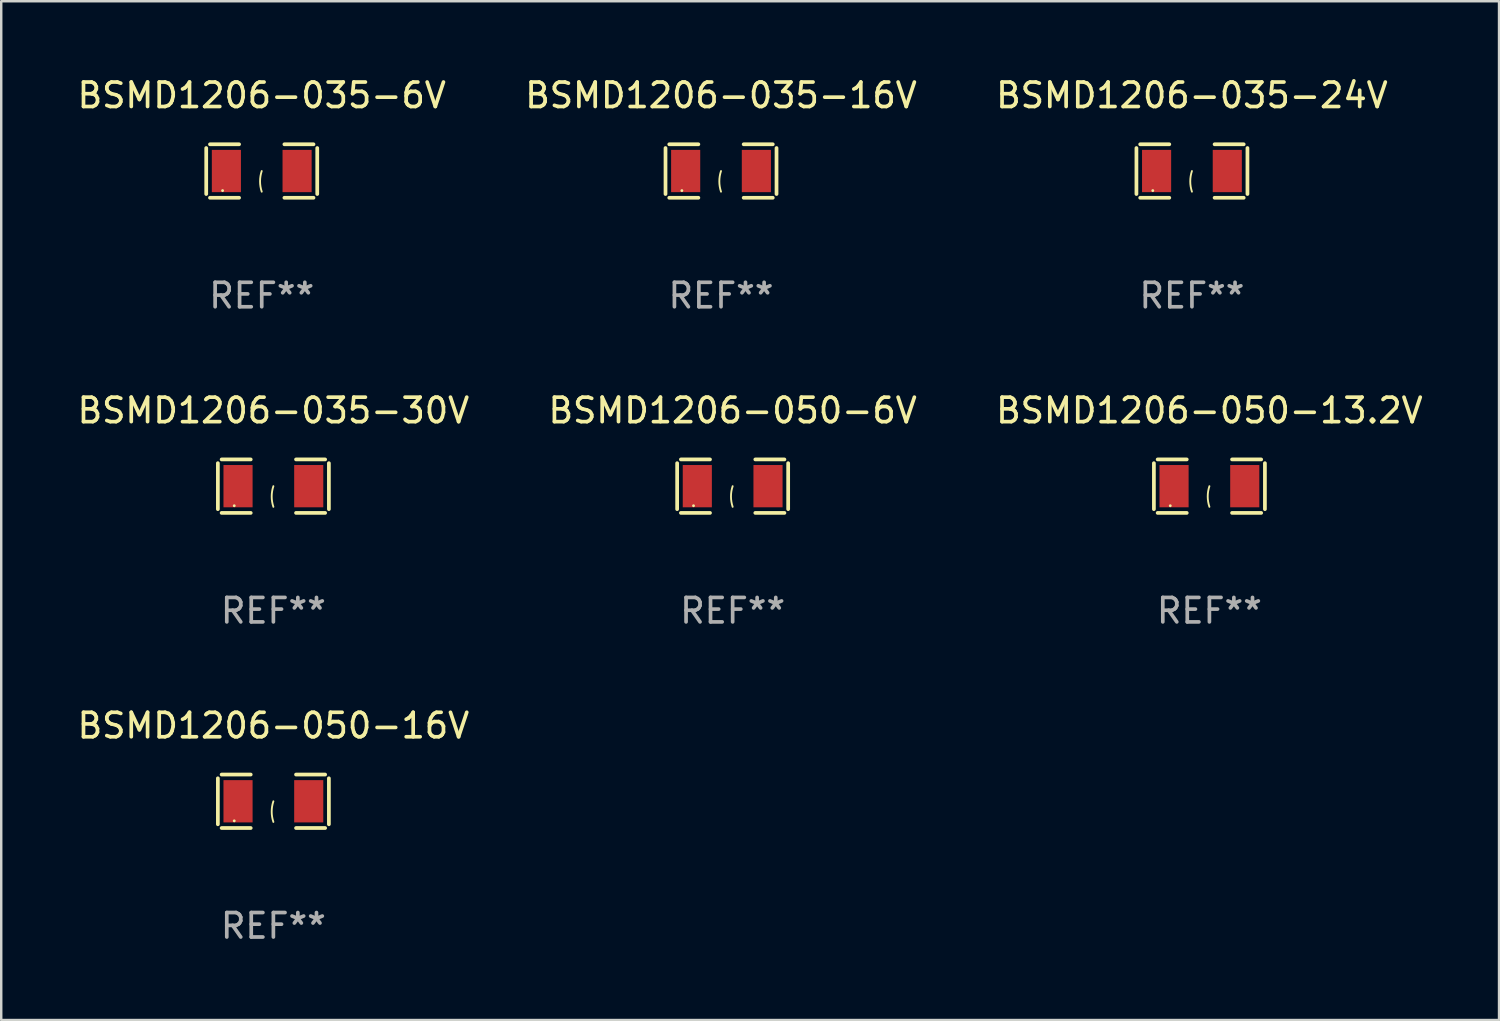
<source format=kicad_pcb>
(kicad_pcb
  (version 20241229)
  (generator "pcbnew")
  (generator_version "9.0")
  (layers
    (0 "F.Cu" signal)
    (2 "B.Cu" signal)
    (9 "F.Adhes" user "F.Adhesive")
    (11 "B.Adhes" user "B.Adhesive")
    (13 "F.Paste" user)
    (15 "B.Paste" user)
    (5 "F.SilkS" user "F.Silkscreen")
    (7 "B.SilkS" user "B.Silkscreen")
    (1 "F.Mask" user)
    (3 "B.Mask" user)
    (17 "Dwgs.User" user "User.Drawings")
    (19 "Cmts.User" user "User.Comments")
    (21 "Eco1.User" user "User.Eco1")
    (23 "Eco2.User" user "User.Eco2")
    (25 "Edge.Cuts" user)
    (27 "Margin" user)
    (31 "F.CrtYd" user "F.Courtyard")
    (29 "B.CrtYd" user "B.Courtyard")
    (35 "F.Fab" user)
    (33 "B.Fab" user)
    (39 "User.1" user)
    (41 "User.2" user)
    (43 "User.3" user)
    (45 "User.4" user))
  (footprint "BSMD1206-050-13.2V"
    (layer "F.Cu")
    (at 46.387 16.823)
    (property "Reference" "BSMD1206-050-13.2V" (at 0 -3.093 0) (layer "F.SilkS") (effects (font (size 1 1) (thickness 0.15))))
    (attr through_hole)
    (fp_line (start -2.269 -0.94) (end -2.269 0.94) (stroke (width 0.152) (type solid)) (layer "F.SilkS"))
    (fp_line (start -2.116 1.093) (end -0.926 1.093) (stroke (width 0.152) (type solid)) (layer "F.SilkS"))
    (fp_line (start -0.926 -1.093) (end -2.116 -1.093) (stroke (width 0.152) (type solid)) (layer "F.SilkS"))
    (fp_line (start 0.926 -1.093) (end 2.116 -1.093) (stroke (width 0.152) (type solid)) (layer "F.SilkS"))
    (fp_line (start 2.116 1.093) (end 0.926 1.093) (stroke (width 0.152) (type solid)) (layer "F.SilkS"))
    (fp_line (start 2.269 -0.94) (end 2.269 0.94) (stroke (width 0.152) (type solid)) (layer "F.SilkS"))
    (fp_arc (start 0 0.844951) (mid -0.068559 0.422475) (end 0 0) (stroke (width 0.0762) (type solid)) (layer "F.SilkS"))
    (fp_circle (center -1.6 0.8) (end -1.57 0.8) (stroke (width 0.06) (type solid)) (fill no) (layer "F.SilkS"))
    (fp_text user "REF**" (at 0 5.093 0) (layer "F.Fab") (effects (font (size 1 1) (thickness 0.15))))
    (pad "1" smd rect (at -1.445 0) (size 1.19 1.728) (layers "F.Cu" "F.Mask" "F.Paste"))
    (pad "2" smd rect (at 1.445 0) (size 1.19 1.728) (layers "F.Cu" "F.Mask" "F.Paste")))
  (footprint "BSMD1206-035-16V"
    (layer "F.Cu")
    (at 26.423 3.941)
    (property "Reference" "BSMD1206-035-16V" (at 0 -3.093 0) (layer "F.SilkS") (effects (font (size 1 1) (thickness 0.15))))
    (attr through_hole)
    (fp_line (start -2.269 -0.94) (end -2.269 0.94) (stroke (width 0.152) (type solid)) (layer "F.SilkS"))
    (fp_line (start -2.116 1.093) (end -0.926 1.093) (stroke (width 0.152) (type solid)) (layer "F.SilkS"))
    (fp_line (start -0.926 -1.093) (end -2.116 -1.093) (stroke (width 0.152) (type solid)) (layer "F.SilkS"))
    (fp_line (start 0.926 -1.093) (end 2.116 -1.093) (stroke (width 0.152) (type solid)) (layer "F.SilkS"))
    (fp_line (start 2.116 1.093) (end 0.926 1.093) (stroke (width 0.152) (type solid)) (layer "F.SilkS"))
    (fp_line (start 2.269 -0.94) (end 2.269 0.94) (stroke (width 0.152) (type solid)) (layer "F.SilkS"))
    (fp_arc (start 0 0.844951) (mid -0.068559 0.422475) (end 0 0) (stroke (width 0.0762) (type solid)) (layer "F.SilkS"))
    (fp_circle (center -1.6 0.8) (end -1.57 0.8) (stroke (width 0.06) (type solid)) (fill no) (layer "F.SilkS"))
    (fp_text user "REF**" (at 0 5.093 0) (layer "F.Fab") (effects (font (size 1 1) (thickness 0.15))))
    (pad "1" smd rect (at -1.445 0) (size 1.19 1.728) (layers "F.Cu" "F.Mask" "F.Paste"))
    (pad "2" smd rect (at 1.445 0) (size 1.19 1.728) (layers "F.Cu" "F.Mask" "F.Paste")))
  (footprint "BSMD1206-050-6V"
    (layer "F.Cu")
    (at 26.899 16.823)
    (property "Reference" "BSMD1206-050-6V" (at 0 -3.093 0) (layer "F.SilkS") (effects (font (size 1 1) (thickness 0.15))))
    (attr through_hole)
    (fp_line (start -2.269 -0.94) (end -2.269 0.94) (stroke (width 0.152) (type solid)) (layer "F.SilkS"))
    (fp_line (start -2.116 1.093) (end -0.926 1.093) (stroke (width 0.152) (type solid)) (layer "F.SilkS"))
    (fp_line (start -0.926 -1.093) (end -2.116 -1.093) (stroke (width 0.152) (type solid)) (layer "F.SilkS"))
    (fp_line (start 0.926 -1.093) (end 2.116 -1.093) (stroke (width 0.152) (type solid)) (layer "F.SilkS"))
    (fp_line (start 2.116 1.093) (end 0.926 1.093) (stroke (width 0.152) (type solid)) (layer "F.SilkS"))
    (fp_line (start 2.269 -0.94) (end 2.269 0.94) (stroke (width 0.152) (type solid)) (layer "F.SilkS"))
    (fp_arc (start 0 0.844951) (mid -0.068559 0.422475) (end 0 0) (stroke (width 0.0762) (type solid)) (layer "F.SilkS"))
    (fp_circle (center -1.6 0.8) (end -1.57 0.8) (stroke (width 0.06) (type solid)) (fill no) (layer "F.SilkS"))
    (fp_text user "REF**" (at 0 5.093 0) (layer "F.Fab") (effects (font (size 1 1) (thickness 0.15))))
    (pad "1" smd rect (at -1.445 0) (size 1.19 1.728) (layers "F.Cu" "F.Mask" "F.Paste"))
    (pad "2" smd rect (at 1.445 0) (size 1.19 1.728) (layers "F.Cu" "F.Mask" "F.Paste")))
  (footprint "BSMD1206-035-6V"
    (layer "F.Cu")
    (at 7.649 3.941)
    (property "Reference" "BSMD1206-035-6V" (at 0 -3.093 0) (layer "F.SilkS") (effects (font (size 1 1) (thickness 0.15))))
    (attr through_hole)
    (fp_line (start -2.269 -0.94) (end -2.269 0.94) (stroke (width 0.152) (type solid)) (layer "F.SilkS"))
    (fp_line (start -2.116 1.093) (end -0.926 1.093) (stroke (width 0.152) (type solid)) (layer "F.SilkS"))
    (fp_line (start -0.926 -1.093) (end -2.116 -1.093) (stroke (width 0.152) (type solid)) (layer "F.SilkS"))
    (fp_line (start 0.926 -1.093) (end 2.116 -1.093) (stroke (width 0.152) (type solid)) (layer "F.SilkS"))
    (fp_line (start 2.116 1.093) (end 0.926 1.093) (stroke (width 0.152) (type solid)) (layer "F.SilkS"))
    (fp_line (start 2.269 -0.94) (end 2.269 0.94) (stroke (width 0.152) (type solid)) (layer "F.SilkS"))
    (fp_arc (start 0 0.844951) (mid -0.068559 0.422475) (end 0 0) (stroke (width 0.0762) (type solid)) (layer "F.SilkS"))
    (fp_circle (center -1.6 0.8) (end -1.57 0.8) (stroke (width 0.06) (type solid)) (fill no) (layer "F.SilkS"))
    (fp_text user "REF**" (at 0 5.093 0) (layer "F.Fab") (effects (font (size 1 1) (thickness 0.15))))
    (pad "1" smd rect (at -1.445 0) (size 1.19 1.728) (layers "F.Cu" "F.Mask" "F.Paste"))
    (pad "2" smd rect (at 1.445 0) (size 1.19 1.728) (layers "F.Cu" "F.Mask" "F.Paste")))
  (footprint "BSMD1206-050-16V"
    (layer "F.Cu")
    (at 8.125 29.704)
    (property "Reference" "BSMD1206-050-16V" (at 0 -3.093 0) (layer "F.SilkS") (effects (font (size 1 1) (thickness 0.15))))
    (attr through_hole)
    (fp_line (start -2.269 -0.94) (end -2.269 0.94) (stroke (width 0.152) (type solid)) (layer "F.SilkS"))
    (fp_line (start -2.116 1.093) (end -0.926 1.093) (stroke (width 0.152) (type solid)) (layer "F.SilkS"))
    (fp_line (start -0.926 -1.093) (end -2.116 -1.093) (stroke (width 0.152) (type solid)) (layer "F.SilkS"))
    (fp_line (start 0.926 -1.093) (end 2.116 -1.093) (stroke (width 0.152) (type solid)) (layer "F.SilkS"))
    (fp_line (start 2.116 1.093) (end 0.926 1.093) (stroke (width 0.152) (type solid)) (layer "F.SilkS"))
    (fp_line (start 2.269 -0.94) (end 2.269 0.94) (stroke (width 0.152) (type solid)) (layer "F.SilkS"))
    (fp_arc (start 0 0.844951) (mid -0.068559 0.422475) (end 0 0) (stroke (width 0.0762) (type solid)) (layer "F.SilkS"))
    (fp_circle (center -1.6 0.8) (end -1.57 0.8) (stroke (width 0.06) (type solid)) (fill no) (layer "F.SilkS"))
    (fp_text user "REF**" (at 0 5.093 0) (layer "F.Fab") (effects (font (size 1 1) (thickness 0.15))))
    (pad "1" smd rect (at -1.445 0) (size 1.19 1.728) (layers "F.Cu" "F.Mask" "F.Paste"))
    (pad "2" smd rect (at 1.445 0) (size 1.19 1.728) (layers "F.Cu" "F.Mask" "F.Paste")))
  (footprint "BSMD1206-035-24V"
    (layer "F.Cu")
    (at 45.673 3.941)
    (property "Reference" "BSMD1206-035-24V" (at 0 -3.093 0) (layer "F.SilkS") (effects (font (size 1 1) (thickness 0.15))))
    (attr through_hole)
    (fp_line (start -2.269 -0.94) (end -2.269 0.94) (stroke (width 0.152) (type solid)) (layer "F.SilkS"))
    (fp_line (start -2.116 1.093) (end -0.926 1.093) (stroke (width 0.152) (type solid)) (layer "F.SilkS"))
    (fp_line (start -0.926 -1.093) (end -2.116 -1.093) (stroke (width 0.152) (type solid)) (layer "F.SilkS"))
    (fp_line (start 0.926 -1.093) (end 2.116 -1.093) (stroke (width 0.152) (type solid)) (layer "F.SilkS"))
    (fp_line (start 2.116 1.093) (end 0.926 1.093) (stroke (width 0.152) (type solid)) (layer "F.SilkS"))
    (fp_line (start 2.269 -0.94) (end 2.269 0.94) (stroke (width 0.152) (type solid)) (layer "F.SilkS"))
    (fp_arc (start 0 0.844951) (mid -0.068559 0.422475) (end 0 0) (stroke (width 0.0762) (type solid)) (layer "F.SilkS"))
    (fp_circle (center -1.6 0.8) (end -1.57 0.8) (stroke (width 0.06) (type solid)) (fill no) (layer "F.SilkS"))
    (fp_text user "REF**" (at 0 5.093 0) (layer "F.Fab") (effects (font (size 1 1) (thickness 0.15))))
    (pad "1" smd rect (at -1.445 0) (size 1.19 1.728) (layers "F.Cu" "F.Mask" "F.Paste"))
    (pad "2" smd rect (at 1.445 0) (size 1.19 1.728) (layers "F.Cu" "F.Mask" "F.Paste")))
  (footprint "BSMD1206-035-30V"
    (layer "F.Cu")
    (at 8.125 16.823)
    (property "Reference" "BSMD1206-035-30V" (at 0 -3.093 0) (layer "F.SilkS") (effects (font (size 1 1) (thickness 0.15))))
    (attr through_hole)
    (fp_line (start -2.269 -0.94) (end -2.269 0.94) (stroke (width 0.152) (type solid)) (layer "F.SilkS"))
    (fp_line (start -2.116 1.093) (end -0.926 1.093) (stroke (width 0.152) (type solid)) (layer "F.SilkS"))
    (fp_line (start -0.926 -1.093) (end -2.116 -1.093) (stroke (width 0.152) (type solid)) (layer "F.SilkS"))
    (fp_line (start 0.926 -1.093) (end 2.116 -1.093) (stroke (width 0.152) (type solid)) (layer "F.SilkS"))
    (fp_line (start 2.116 1.093) (end 0.926 1.093) (stroke (width 0.152) (type solid)) (layer "F.SilkS"))
    (fp_line (start 2.269 -0.94) (end 2.269 0.94) (stroke (width 0.152) (type solid)) (layer "F.SilkS"))
    (fp_arc (start 0 0.844951) (mid -0.068559 0.422475) (end 0 0) (stroke (width 0.0762) (type solid)) (layer "F.SilkS"))
    (fp_circle (center -1.6 0.8) (end -1.57 0.8) (stroke (width 0.06) (type solid)) (fill no) (layer "F.SilkS"))
    (fp_text user "REF**" (at 0 5.093 0) (layer "F.Fab") (effects (font (size 1 1) (thickness 0.15))))
    (pad "1" smd rect (at -1.445 0) (size 1.19 1.728) (layers "F.Cu" "F.Mask" "F.Paste"))
    (pad "2" smd rect (at 1.445 0) (size 1.19 1.728) (layers "F.Cu" "F.Mask" "F.Paste")))
  (gr_rect
    (start -3 -3)
    (end 58.226 38.645)
    (stroke (width 0.1) (type default))
    (fill no)
    (layer "Edge.Cuts")))
</source>
